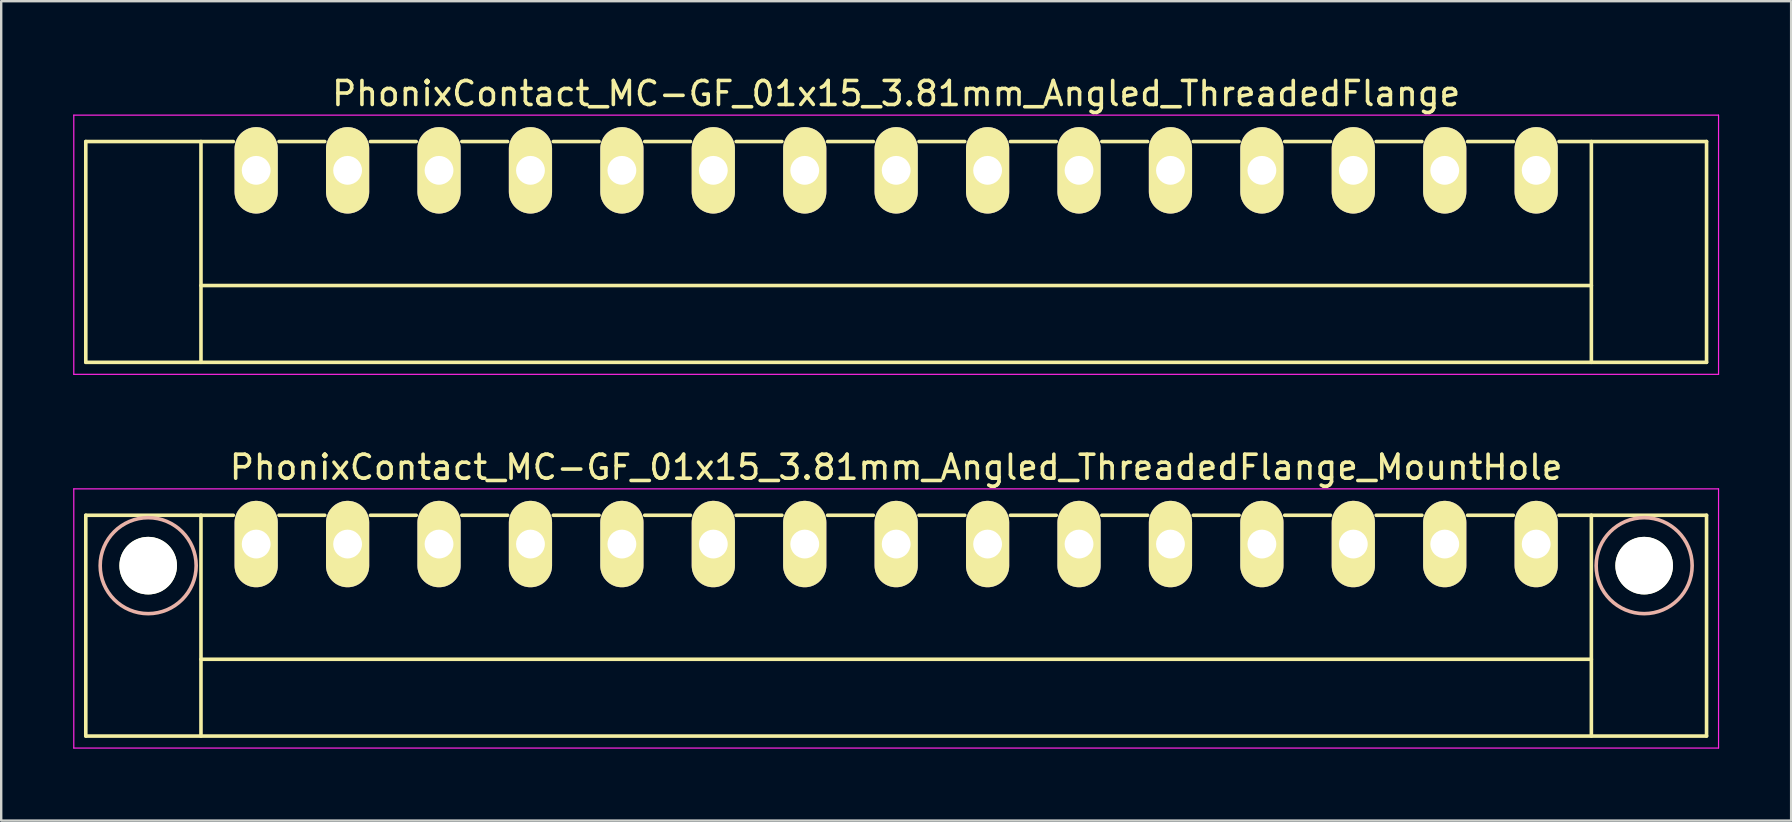
<source format=kicad_pcb>
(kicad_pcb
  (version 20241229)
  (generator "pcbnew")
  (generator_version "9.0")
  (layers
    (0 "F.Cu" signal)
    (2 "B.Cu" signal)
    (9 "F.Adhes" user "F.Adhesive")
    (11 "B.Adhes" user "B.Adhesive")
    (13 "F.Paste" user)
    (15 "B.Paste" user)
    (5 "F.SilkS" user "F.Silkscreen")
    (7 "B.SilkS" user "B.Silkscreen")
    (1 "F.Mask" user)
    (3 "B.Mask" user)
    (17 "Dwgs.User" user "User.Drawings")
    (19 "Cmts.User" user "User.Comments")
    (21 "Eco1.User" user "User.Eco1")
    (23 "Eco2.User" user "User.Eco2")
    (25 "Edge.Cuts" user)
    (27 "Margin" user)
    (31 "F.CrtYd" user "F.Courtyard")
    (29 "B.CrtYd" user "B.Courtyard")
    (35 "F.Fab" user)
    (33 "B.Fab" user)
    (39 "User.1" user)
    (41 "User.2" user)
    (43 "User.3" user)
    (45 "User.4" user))
  (footprint "PhonixContact_MC-GF_01x15_3.81mm_Angled_ThreadedFlange"
    (layer "F.Cu")
    (at 7.625 4.048)
    (property "Reference" "PhonixContact_MC-GF_01x15_3.81mm_Angled_ThreadedFlange" (at 26.67 -3.2 0) (layer "F.SilkS") (effects (font (size 1 1) (thickness 0.15))))
    (attr through_hole)
    (fp_line (start -7.1 -1.2) (end -7.1 8) (stroke (width 0.15) (type solid)) (layer "F.SilkS"))
    (fp_line (start -7.1 -1.2) (end -0.95 -1.2) (stroke (width 0.15) (type solid)) (layer "F.SilkS"))
    (fp_line (start -7.1 8) (end 60.44 8) (stroke (width 0.15) (type solid)) (layer "F.SilkS"))
    (fp_line (start -2.3 -1.2) (end -2.3 8) (stroke (width 0.15) (type solid)) (layer "F.SilkS"))
    (fp_line (start -2.3 4.8) (end 55.64 4.8) (stroke (width 0.15) (type solid)) (layer "F.SilkS"))
    (fp_line (start 0.95 -1.2) (end 2.86 -1.2) (stroke (width 0.15) (type solid)) (layer "F.SilkS"))
    (fp_line (start 4.76 -1.2) (end 6.67 -1.2) (stroke (width 0.15) (type solid)) (layer "F.SilkS"))
    (fp_line (start 8.57 -1.2) (end 10.48 -1.2) (stroke (width 0.15) (type solid)) (layer "F.SilkS"))
    (fp_line (start 12.38 -1.2) (end 14.29 -1.2) (stroke (width 0.15) (type solid)) (layer "F.SilkS"))
    (fp_line (start 16.19 -1.2) (end 18.1 -1.2) (stroke (width 0.15) (type solid)) (layer "F.SilkS"))
    (fp_line (start 20 -1.2) (end 21.91 -1.2) (stroke (width 0.15) (type solid)) (layer "F.SilkS"))
    (fp_line (start 23.81 -1.2) (end 25.72 -1.2) (stroke (width 0.15) (type solid)) (layer "F.SilkS"))
    (fp_line (start 27.62 -1.2) (end 29.53 -1.2) (stroke (width 0.15) (type solid)) (layer "F.SilkS"))
    (fp_line (start 31.43 -1.2) (end 33.34 -1.2) (stroke (width 0.15) (type solid)) (layer "F.SilkS"))
    (fp_line (start 35.24 -1.2) (end 37.15 -1.2) (stroke (width 0.15) (type solid)) (layer "F.SilkS"))
    (fp_line (start 39.05 -1.2) (end 40.96 -1.2) (stroke (width 0.15) (type solid)) (layer "F.SilkS"))
    (fp_line (start 42.86 -1.2) (end 44.77 -1.2) (stroke (width 0.15) (type solid)) (layer "F.SilkS"))
    (fp_line (start 46.67 -1.2) (end 48.58 -1.2) (stroke (width 0.15) (type solid)) (layer "F.SilkS"))
    (fp_line (start 50.48 -1.2) (end 52.39 -1.2) (stroke (width 0.15) (type solid)) (layer "F.SilkS"))
    (fp_line (start 55.64 -1.2) (end 55.64 8) (stroke (width 0.15) (type solid)) (layer "F.SilkS"))
    (fp_line (start 60.44 -1.2) (end 54.29 -1.2) (stroke (width 0.15) (type solid)) (layer "F.SilkS"))
    (fp_line (start 60.44 8) (end 60.44 -1.2) (stroke (width 0.15) (type solid)) (layer "F.SilkS"))
    (fp_line (start -7.6 -2.3) (end -7.6 8.5) (stroke (width 0.05) (type solid)) (layer "F.CrtYd"))
    (fp_line (start -7.6 8.5) (end 60.94 8.5) (stroke (width 0.05) (type solid)) (layer "F.CrtYd"))
    (fp_line (start 60.94 -2.3) (end -7.6 -2.3) (stroke (width 0.05) (type solid)) (layer "F.CrtYd"))
    (fp_line (start 60.94 8.5) (end 60.94 -2.3) (stroke (width 0.05) (type solid)) (layer "F.CrtYd"))
    (pad "1" thru_hole oval (at 0 0) (size 1.8 3.6) (drill 1.2) (layers "*.Cu" "*.Mask" "F.SilkS"))
    (pad "2" thru_hole oval (at 3.81 0) (size 1.8 3.6) (drill 1.2) (layers "*.Cu" "*.Mask" "F.SilkS"))
    (pad "3" thru_hole oval (at 7.62 0) (size 1.8 3.6) (drill 1.2) (layers "*.Cu" "*.Mask" "F.SilkS"))
    (pad "4" thru_hole oval (at 11.43 0) (size 1.8 3.6) (drill 1.2) (layers "*.Cu" "*.Mask" "F.SilkS"))
    (pad "5" thru_hole oval (at 15.24 0) (size 1.8 3.6) (drill 1.2) (layers "*.Cu" "*.Mask" "F.SilkS"))
    (pad "6" thru_hole oval (at 19.05 0) (size 1.8 3.6) (drill 1.2) (layers "*.Cu" "*.Mask" "F.SilkS"))
    (pad "7" thru_hole oval (at 22.86 0) (size 1.8 3.6) (drill 1.2) (layers "*.Cu" "*.Mask" "F.SilkS"))
    (pad "8" thru_hole oval (at 26.67 0) (size 1.8 3.6) (drill 1.2) (layers "*.Cu" "*.Mask" "F.SilkS"))
    (pad "9" thru_hole oval (at 30.48 0) (size 1.8 3.6) (drill 1.2) (layers "*.Cu" "*.Mask" "F.SilkS"))
    (pad "10" thru_hole oval (at 34.29 0) (size 1.8 3.6) (drill 1.2) (layers "*.Cu" "*.Mask" "F.SilkS"))
    (pad "11" thru_hole oval (at 38.1 0) (size 1.8 3.6) (drill 1.2) (layers "*.Cu" "*.Mask" "F.SilkS"))
    (pad "12" thru_hole oval (at 41.91 0) (size 1.8 3.6) (drill 1.2) (layers "*.Cu" "*.Mask" "F.SilkS"))
    (pad "13" thru_hole oval (at 45.72 0) (size 1.8 3.6) (drill 1.2) (layers "*.Cu" "*.Mask" "F.SilkS"))
    (pad "14" thru_hole oval (at 49.53 0) (size 1.8 3.6) (drill 1.2) (layers "*.Cu" "*.Mask" "F.SilkS"))
    (pad "15" thru_hole oval (at 53.34 0) (size 1.8 3.6) (drill 1.2) (layers "*.Cu" "*.Mask" "F.SilkS")))
  (footprint "PhonixContact_MC-GF_01x15_3.81mm_Angled_ThreadedFlange_MountHole"
    (layer "F.Cu")
    (at 7.625 19.622)
    (property "Reference" "PhonixContact_MC-GF_01x15_3.81mm_Angled_ThreadedFlange_MountHole" (at 26.67 -3.2 0) (layer "F.SilkS") (effects (font (size 1 1) (thickness 0.15))))
    (attr through_hole)
    (fp_line (start -7.1 -1.2) (end -7.1 8) (stroke (width 0.15) (type solid)) (layer "F.SilkS"))
    (fp_line (start -7.1 -1.2) (end -0.95 -1.2) (stroke (width 0.15) (type solid)) (layer "F.SilkS"))
    (fp_line (start -7.1 8) (end 60.44 8) (stroke (width 0.15) (type solid)) (layer "F.SilkS"))
    (fp_line (start -2.3 -1.2) (end -2.3 8) (stroke (width 0.15) (type solid)) (layer "F.SilkS"))
    (fp_line (start -2.3 4.8) (end 55.64 4.8) (stroke (width 0.15) (type solid)) (layer "F.SilkS"))
    (fp_line (start 0.95 -1.2) (end 2.86 -1.2) (stroke (width 0.15) (type solid)) (layer "F.SilkS"))
    (fp_line (start 4.76 -1.2) (end 6.67 -1.2) (stroke (width 0.15) (type solid)) (layer "F.SilkS"))
    (fp_line (start 8.57 -1.2) (end 10.48 -1.2) (stroke (width 0.15) (type solid)) (layer "F.SilkS"))
    (fp_line (start 12.38 -1.2) (end 14.29 -1.2) (stroke (width 0.15) (type solid)) (layer "F.SilkS"))
    (fp_line (start 16.19 -1.2) (end 18.1 -1.2) (stroke (width 0.15) (type solid)) (layer "F.SilkS"))
    (fp_line (start 20 -1.2) (end 21.91 -1.2) (stroke (width 0.15) (type solid)) (layer "F.SilkS"))
    (fp_line (start 23.81 -1.2) (end 25.72 -1.2) (stroke (width 0.15) (type solid)) (layer "F.SilkS"))
    (fp_line (start 27.62 -1.2) (end 29.53 -1.2) (stroke (width 0.15) (type solid)) (layer "F.SilkS"))
    (fp_line (start 31.43 -1.2) (end 33.34 -1.2) (stroke (width 0.15) (type solid)) (layer "F.SilkS"))
    (fp_line (start 35.24 -1.2) (end 37.15 -1.2) (stroke (width 0.15) (type solid)) (layer "F.SilkS"))
    (fp_line (start 39.05 -1.2) (end 40.96 -1.2) (stroke (width 0.15) (type solid)) (layer "F.SilkS"))
    (fp_line (start 42.86 -1.2) (end 44.77 -1.2) (stroke (width 0.15) (type solid)) (layer "F.SilkS"))
    (fp_line (start 46.67 -1.2) (end 48.58 -1.2) (stroke (width 0.15) (type solid)) (layer "F.SilkS"))
    (fp_line (start 50.48 -1.2) (end 52.39 -1.2) (stroke (width 0.15) (type solid)) (layer "F.SilkS"))
    (fp_line (start 55.64 -1.2) (end 55.64 8) (stroke (width 0.15) (type solid)) (layer "F.SilkS"))
    (fp_line (start 60.44 -1.2) (end 54.29 -1.2) (stroke (width 0.15) (type solid)) (layer "F.SilkS"))
    (fp_line (start 60.44 8) (end 60.44 -1.2) (stroke (width 0.15) (type solid)) (layer "F.SilkS"))
    (fp_circle (center -4.5 0.9) (end -2.5 0.9) (stroke (width 0.15) (type solid)) (fill no) (layer "B.SilkS"))
    (fp_circle (center 57.84 0.9) (end 59.84 0.9) (stroke (width 0.15) (type solid)) (fill no) (layer "B.SilkS"))
    (fp_line (start -7.6 -2.3) (end -7.6 8.5) (stroke (width 0.05) (type solid)) (layer "F.CrtYd"))
    (fp_line (start -7.6 8.5) (end 60.94 8.5) (stroke (width 0.05) (type solid)) (layer "F.CrtYd"))
    (fp_line (start 60.94 -2.3) (end -7.6 -2.3) (stroke (width 0.05) (type solid)) (layer "F.CrtYd"))
    (fp_line (start 60.94 8.5) (end 60.94 -2.3) (stroke (width 0.05) (type solid)) (layer "F.CrtYd"))
    (pad "" np_thru_hole circle (at -4.5 0.9) (size 2.4 2.4) (drill 2.4) (layers "*.Cu" "*.Mask" "F.SilkS"))
    (pad "" np_thru_hole circle (at 57.84 0.9) (size 2.4 2.4) (drill 2.4) (layers "*.Cu" "*.Mask" "F.SilkS"))
    (pad "1" thru_hole oval (at 0 0) (size 1.8 3.6) (drill 1.2) (layers "*.Cu" "*.Mask" "F.SilkS"))
    (pad "2" thru_hole oval (at 3.81 0) (size 1.8 3.6) (drill 1.2) (layers "*.Cu" "*.Mask" "F.SilkS"))
    (pad "3" thru_hole oval (at 7.62 0) (size 1.8 3.6) (drill 1.2) (layers "*.Cu" "*.Mask" "F.SilkS"))
    (pad "4" thru_hole oval (at 11.43 0) (size 1.8 3.6) (drill 1.2) (layers "*.Cu" "*.Mask" "F.SilkS"))
    (pad "5" thru_hole oval (at 15.24 0) (size 1.8 3.6) (drill 1.2) (layers "*.Cu" "*.Mask" "F.SilkS"))
    (pad "6" thru_hole oval (at 19.05 0) (size 1.8 3.6) (drill 1.2) (layers "*.Cu" "*.Mask" "F.SilkS"))
    (pad "7" thru_hole oval (at 22.86 0) (size 1.8 3.6) (drill 1.2) (layers "*.Cu" "*.Mask" "F.SilkS"))
    (pad "8" thru_hole oval (at 26.67 0) (size 1.8 3.6) (drill 1.2) (layers "*.Cu" "*.Mask" "F.SilkS"))
    (pad "9" thru_hole oval (at 30.48 0) (size 1.8 3.6) (drill 1.2) (layers "*.Cu" "*.Mask" "F.SilkS"))
    (pad "10" thru_hole oval (at 34.29 0) (size 1.8 3.6) (drill 1.2) (layers "*.Cu" "*.Mask" "F.SilkS"))
    (pad "11" thru_hole oval (at 38.1 0) (size 1.8 3.6) (drill 1.2) (layers "*.Cu" "*.Mask" "F.SilkS"))
    (pad "12" thru_hole oval (at 41.91 0) (size 1.8 3.6) (drill 1.2) (layers "*.Cu" "*.Mask" "F.SilkS"))
    (pad "13" thru_hole oval (at 45.72 0) (size 1.8 3.6) (drill 1.2) (layers "*.Cu" "*.Mask" "F.SilkS"))
    (pad "14" thru_hole oval (at 49.53 0) (size 1.8 3.6) (drill 1.2) (layers "*.Cu" "*.Mask" "F.SilkS"))
    (pad "15" thru_hole oval (at 53.34 0) (size 1.8 3.6) (drill 1.2) (layers "*.Cu" "*.Mask" "F.SilkS")))
  (gr_rect
    (start -3 -3)
    (end 71.59 31.146)
    (stroke (width 0.1) (type default))
    (fill no)
    (layer "Edge.Cuts")))
</source>
